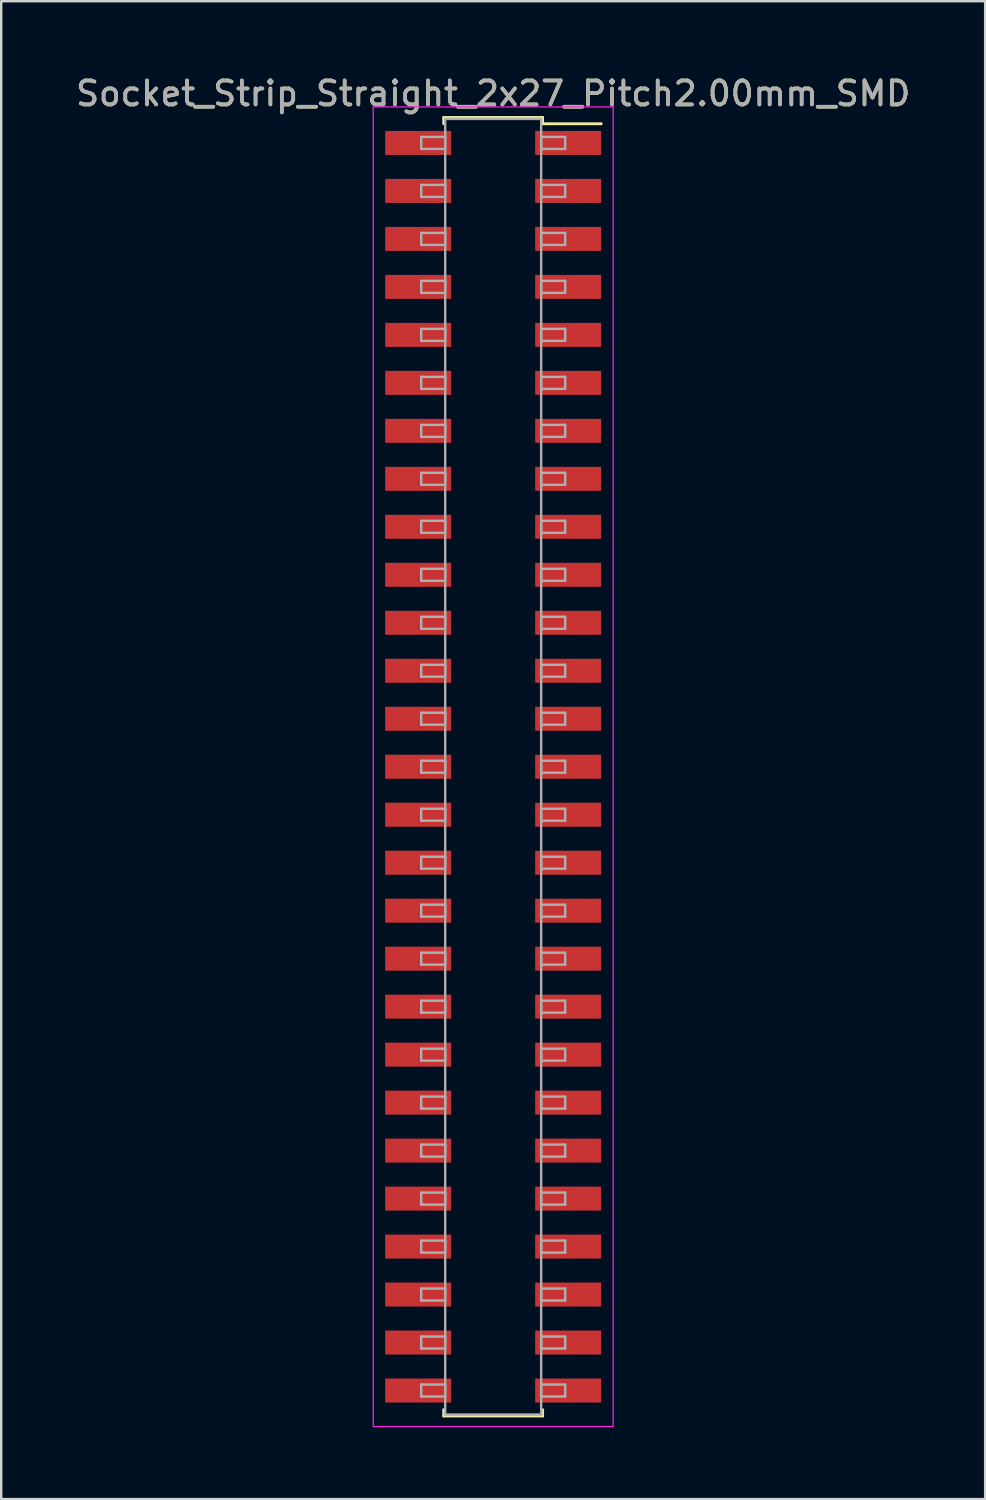
<source format=kicad_pcb>
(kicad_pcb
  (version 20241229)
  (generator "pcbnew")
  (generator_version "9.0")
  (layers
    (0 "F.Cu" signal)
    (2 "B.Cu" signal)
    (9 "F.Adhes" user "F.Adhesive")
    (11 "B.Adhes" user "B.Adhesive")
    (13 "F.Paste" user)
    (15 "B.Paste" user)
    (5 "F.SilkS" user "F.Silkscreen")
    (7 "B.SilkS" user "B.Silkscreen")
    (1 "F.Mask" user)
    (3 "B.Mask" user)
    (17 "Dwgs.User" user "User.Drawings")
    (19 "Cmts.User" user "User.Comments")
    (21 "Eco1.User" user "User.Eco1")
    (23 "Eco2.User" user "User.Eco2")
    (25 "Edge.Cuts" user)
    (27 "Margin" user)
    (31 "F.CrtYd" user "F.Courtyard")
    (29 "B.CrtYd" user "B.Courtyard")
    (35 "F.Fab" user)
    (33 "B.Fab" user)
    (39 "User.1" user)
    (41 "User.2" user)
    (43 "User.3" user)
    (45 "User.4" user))
  (footprint "Socket_Strip_Straight_2x27_Pitch2.00mm_SMD"
    (layer "F.Cu")
    (at 17.506 28.908)
    (property "Reference" "Socket_Strip_Straight_2x27_Pitch2.00mm_SMD" (at 0 -28.06 0) (layer "F.SilkS") (effects (font (size 1 1) (thickness 0.15))))
    (attr smd)
    (fp_line (start -2.06 -27.06) (end 2.06 -27.06) (stroke (width 0.12) (type solid)) (layer "F.SilkS"))
    (fp_line (start -2.06 -26.8) (end -2.06 -27.06) (stroke (width 0.12) (type solid)) (layer "F.SilkS"))
    (fp_line (start -2.06 26.8) (end -2.06 27.06) (stroke (width 0.12) (type solid)) (layer "F.SilkS"))
    (fp_line (start -2.06 27.06) (end 2.06 27.06) (stroke (width 0.12) (type solid)) (layer "F.SilkS"))
    (fp_line (start 2.06 -27.06) (end 2.06 -26.8) (stroke (width 0.12) (type solid)) (layer "F.SilkS"))
    (fp_line (start 2.06 27.06) (end 2.06 26.8) (stroke (width 0.12) (type solid)) (layer "F.SilkS"))
    (fp_line (start 4.5 -26.8) (end 2.06 -26.8) (stroke (width 0.12) (type solid)) (layer "F.SilkS"))
    (fp_line (start -5 -27.5) (end -5 27.5) (stroke (width 0.05) (type solid)) (layer "F.CrtYd"))
    (fp_line (start -5 27.5) (end 5 27.5) (stroke (width 0.05) (type solid)) (layer "F.CrtYd"))
    (fp_line (start 5 -27.5) (end -5 -27.5) (stroke (width 0.05) (type solid)) (layer "F.CrtYd"))
    (fp_line (start 5 27.5) (end 5 -27.5) (stroke (width 0.05) (type solid)) (layer "F.CrtYd"))
    (fp_line (start -3 -26.25) (end -2 -26.25) (stroke (width 0.1) (type solid)) (layer "F.Fab"))
    (fp_line (start -3 -25.75) (end -3 -26.25) (stroke (width 0.1) (type solid)) (layer "F.Fab"))
    (fp_line (start -3 -24.25) (end -2 -24.25) (stroke (width 0.1) (type solid)) (layer "F.Fab"))
    (fp_line (start -3 -23.75) (end -3 -24.25) (stroke (width 0.1) (type solid)) (layer "F.Fab"))
    (fp_line (start -3 -22.25) (end -2 -22.25) (stroke (width 0.1) (type solid)) (layer "F.Fab"))
    (fp_line (start -3 -21.75) (end -3 -22.25) (stroke (width 0.1) (type solid)) (layer "F.Fab"))
    (fp_line (start -3 -20.25) (end -2 -20.25) (stroke (width 0.1) (type solid)) (layer "F.Fab"))
    (fp_line (start -3 -19.75) (end -3 -20.25) (stroke (width 0.1) (type solid)) (layer "F.Fab"))
    (fp_line (start -3 -18.25) (end -2 -18.25) (stroke (width 0.1) (type solid)) (layer "F.Fab"))
    (fp_line (start -3 -17.75) (end -3 -18.25) (stroke (width 0.1) (type solid)) (layer "F.Fab"))
    (fp_line (start -3 -16.25) (end -2 -16.25) (stroke (width 0.1) (type solid)) (layer "F.Fab"))
    (fp_line (start -3 -15.75) (end -3 -16.25) (stroke (width 0.1) (type solid)) (layer "F.Fab"))
    (fp_line (start -3 -14.25) (end -2 -14.25) (stroke (width 0.1) (type solid)) (layer "F.Fab"))
    (fp_line (start -3 -13.75) (end -3 -14.25) (stroke (width 0.1) (type solid)) (layer "F.Fab"))
    (fp_line (start -3 -12.25) (end -2 -12.25) (stroke (width 0.1) (type solid)) (layer "F.Fab"))
    (fp_line (start -3 -11.75) (end -3 -12.25) (stroke (width 0.1) (type solid)) (layer "F.Fab"))
    (fp_line (start -3 -10.25) (end -2 -10.25) (stroke (width 0.1) (type solid)) (layer "F.Fab"))
    (fp_line (start -3 -9.75) (end -3 -10.25) (stroke (width 0.1) (type solid)) (layer "F.Fab"))
    (fp_line (start -3 -8.25) (end -2 -8.25) (stroke (width 0.1) (type solid)) (layer "F.Fab"))
    (fp_line (start -3 -7.75) (end -3 -8.25) (stroke (width 0.1) (type solid)) (layer "F.Fab"))
    (fp_line (start -3 -6.25) (end -2 -6.25) (stroke (width 0.1) (type solid)) (layer "F.Fab"))
    (fp_line (start -3 -5.75) (end -3 -6.25) (stroke (width 0.1) (type solid)) (layer "F.Fab"))
    (fp_line (start -3 -4.25) (end -2 -4.25) (stroke (width 0.1) (type solid)) (layer "F.Fab"))
    (fp_line (start -3 -3.75) (end -3 -4.25) (stroke (width 0.1) (type solid)) (layer "F.Fab"))
    (fp_line (start -3 -2.25) (end -2 -2.25) (stroke (width 0.1) (type solid)) (layer "F.Fab"))
    (fp_line (start -3 -1.75) (end -3 -2.25) (stroke (width 0.1) (type solid)) (layer "F.Fab"))
    (fp_line (start -3 -0.25) (end -2 -0.25) (stroke (width 0.1) (type solid)) (layer "F.Fab"))
    (fp_line (start -3 0.25) (end -3 -0.25) (stroke (width 0.1) (type solid)) (layer "F.Fab"))
    (fp_line (start -3 1.75) (end -2 1.75) (stroke (width 0.1) (type solid)) (layer "F.Fab"))
    (fp_line (start -3 2.25) (end -3 1.75) (stroke (width 0.1) (type solid)) (layer "F.Fab"))
    (fp_line (start -3 3.75) (end -2 3.75) (stroke (width 0.1) (type solid)) (layer "F.Fab"))
    (fp_line (start -3 4.25) (end -3 3.75) (stroke (width 0.1) (type solid)) (layer "F.Fab"))
    (fp_line (start -3 5.75) (end -2 5.75) (stroke (width 0.1) (type solid)) (layer "F.Fab"))
    (fp_line (start -3 6.25) (end -3 5.75) (stroke (width 0.1) (type solid)) (layer "F.Fab"))
    (fp_line (start -3 7.75) (end -2 7.75) (stroke (width 0.1) (type solid)) (layer "F.Fab"))
    (fp_line (start -3 8.25) (end -3 7.75) (stroke (width 0.1) (type solid)) (layer "F.Fab"))
    (fp_line (start -3 9.75) (end -2 9.75) (stroke (width 0.1) (type solid)) (layer "F.Fab"))
    (fp_line (start -3 10.25) (end -3 9.75) (stroke (width 0.1) (type solid)) (layer "F.Fab"))
    (fp_line (start -3 11.75) (end -2 11.75) (stroke (width 0.1) (type solid)) (layer "F.Fab"))
    (fp_line (start -3 12.25) (end -3 11.75) (stroke (width 0.1) (type solid)) (layer "F.Fab"))
    (fp_line (start -3 13.75) (end -2 13.75) (stroke (width 0.1) (type solid)) (layer "F.Fab"))
    (fp_line (start -3 14.25) (end -3 13.75) (stroke (width 0.1) (type solid)) (layer "F.Fab"))
    (fp_line (start -3 15.75) (end -2 15.75) (stroke (width 0.1) (type solid)) (layer "F.Fab"))
    (fp_line (start -3 16.25) (end -3 15.75) (stroke (width 0.1) (type solid)) (layer "F.Fab"))
    (fp_line (start -3 17.75) (end -2 17.75) (stroke (width 0.1) (type solid)) (layer "F.Fab"))
    (fp_line (start -3 18.25) (end -3 17.75) (stroke (width 0.1) (type solid)) (layer "F.Fab"))
    (fp_line (start -3 19.75) (end -2 19.75) (stroke (width 0.1) (type solid)) (layer "F.Fab"))
    (fp_line (start -3 20.25) (end -3 19.75) (stroke (width 0.1) (type solid)) (layer "F.Fab"))
    (fp_line (start -3 21.75) (end -2 21.75) (stroke (width 0.1) (type solid)) (layer "F.Fab"))
    (fp_line (start -3 22.25) (end -3 21.75) (stroke (width 0.1) (type solid)) (layer "F.Fab"))
    (fp_line (start -3 23.75) (end -2 23.75) (stroke (width 0.1) (type solid)) (layer "F.Fab"))
    (fp_line (start -3 24.25) (end -3 23.75) (stroke (width 0.1) (type solid)) (layer "F.Fab"))
    (fp_line (start -3 25.75) (end -2 25.75) (stroke (width 0.1) (type solid)) (layer "F.Fab"))
    (fp_line (start -3 26.25) (end -3 25.75) (stroke (width 0.1) (type solid)) (layer "F.Fab"))
    (fp_line (start -2 -27) (end -2 27) (stroke (width 0.1) (type solid)) (layer "F.Fab"))
    (fp_line (start -2 -26.25) (end -2 -25.75) (stroke (width 0.1) (type solid)) (layer "F.Fab"))
    (fp_line (start -2 -25.75) (end -3 -25.75) (stroke (width 0.1) (type solid)) (layer "F.Fab"))
    (fp_line (start -2 -24.25) (end -2 -23.75) (stroke (width 0.1) (type solid)) (layer "F.Fab"))
    (fp_line (start -2 -23.75) (end -3 -23.75) (stroke (width 0.1) (type solid)) (layer "F.Fab"))
    (fp_line (start -2 -22.25) (end -2 -21.75) (stroke (width 0.1) (type solid)) (layer "F.Fab"))
    (fp_line (start -2 -21.75) (end -3 -21.75) (stroke (width 0.1) (type solid)) (layer "F.Fab"))
    (fp_line (start -2 -20.25) (end -2 -19.75) (stroke (width 0.1) (type solid)) (layer "F.Fab"))
    (fp_line (start -2 -19.75) (end -3 -19.75) (stroke (width 0.1) (type solid)) (layer "F.Fab"))
    (fp_line (start -2 -18.25) (end -2 -17.75) (stroke (width 0.1) (type solid)) (layer "F.Fab"))
    (fp_line (start -2 -17.75) (end -3 -17.75) (stroke (width 0.1) (type solid)) (layer "F.Fab"))
    (fp_line (start -2 -16.25) (end -2 -15.75) (stroke (width 0.1) (type solid)) (layer "F.Fab"))
    (fp_line (start -2 -15.75) (end -3 -15.75) (stroke (width 0.1) (type solid)) (layer "F.Fab"))
    (fp_line (start -2 -14.25) (end -2 -13.75) (stroke (width 0.1) (type solid)) (layer "F.Fab"))
    (fp_line (start -2 -13.75) (end -3 -13.75) (stroke (width 0.1) (type solid)) (layer "F.Fab"))
    (fp_line (start -2 -12.25) (end -2 -11.75) (stroke (width 0.1) (type solid)) (layer "F.Fab"))
    (fp_line (start -2 -11.75) (end -3 -11.75) (stroke (width 0.1) (type solid)) (layer "F.Fab"))
    (fp_line (start -2 -10.25) (end -2 -9.75) (stroke (width 0.1) (type solid)) (layer "F.Fab"))
    (fp_line (start -2 -9.75) (end -3 -9.75) (stroke (width 0.1) (type solid)) (layer "F.Fab"))
    (fp_line (start -2 -8.25) (end -2 -7.75) (stroke (width 0.1) (type solid)) (layer "F.Fab"))
    (fp_line (start -2 -7.75) (end -3 -7.75) (stroke (width 0.1) (type solid)) (layer "F.Fab"))
    (fp_line (start -2 -6.25) (end -2 -5.75) (stroke (width 0.1) (type solid)) (layer "F.Fab"))
    (fp_line (start -2 -5.75) (end -3 -5.75) (stroke (width 0.1) (type solid)) (layer "F.Fab"))
    (fp_line (start -2 -4.25) (end -2 -3.75) (stroke (width 0.1) (type solid)) (layer "F.Fab"))
    (fp_line (start -2 -3.75) (end -3 -3.75) (stroke (width 0.1) (type solid)) (layer "F.Fab"))
    (fp_line (start -2 -2.25) (end -2 -1.75) (stroke (width 0.1) (type solid)) (layer "F.Fab"))
    (fp_line (start -2 -1.75) (end -3 -1.75) (stroke (width 0.1) (type solid)) (layer "F.Fab"))
    (fp_line (start -2 -0.25) (end -2 0.25) (stroke (width 0.1) (type solid)) (layer "F.Fab"))
    (fp_line (start -2 0.25) (end -3 0.25) (stroke (width 0.1) (type solid)) (layer "F.Fab"))
    (fp_line (start -2 1.75) (end -2 2.25) (stroke (width 0.1) (type solid)) (layer "F.Fab"))
    (fp_line (start -2 2.25) (end -3 2.25) (stroke (width 0.1) (type solid)) (layer "F.Fab"))
    (fp_line (start -2 3.75) (end -2 4.25) (stroke (width 0.1) (type solid)) (layer "F.Fab"))
    (fp_line (start -2 4.25) (end -3 4.25) (stroke (width 0.1) (type solid)) (layer "F.Fab"))
    (fp_line (start -2 5.75) (end -2 6.25) (stroke (width 0.1) (type solid)) (layer "F.Fab"))
    (fp_line (start -2 6.25) (end -3 6.25) (stroke (width 0.1) (type solid)) (layer "F.Fab"))
    (fp_line (start -2 7.75) (end -2 8.25) (stroke (width 0.1) (type solid)) (layer "F.Fab"))
    (fp_line (start -2 8.25) (end -3 8.25) (stroke (width 0.1) (type solid)) (layer "F.Fab"))
    (fp_line (start -2 9.75) (end -2 10.25) (stroke (width 0.1) (type solid)) (layer "F.Fab"))
    (fp_line (start -2 10.25) (end -3 10.25) (stroke (width 0.1) (type solid)) (layer "F.Fab"))
    (fp_line (start -2 11.75) (end -2 12.25) (stroke (width 0.1) (type solid)) (layer "F.Fab"))
    (fp_line (start -2 12.25) (end -3 12.25) (stroke (width 0.1) (type solid)) (layer "F.Fab"))
    (fp_line (start -2 13.75) (end -2 14.25) (stroke (width 0.1) (type solid)) (layer "F.Fab"))
    (fp_line (start -2 14.25) (end -3 14.25) (stroke (width 0.1) (type solid)) (layer "F.Fab"))
    (fp_line (start -2 15.75) (end -2 16.25) (stroke (width 0.1) (type solid)) (layer "F.Fab"))
    (fp_line (start -2 16.25) (end -3 16.25) (stroke (width 0.1) (type solid)) (layer "F.Fab"))
    (fp_line (start -2 17.75) (end -2 18.25) (stroke (width 0.1) (type solid)) (layer "F.Fab"))
    (fp_line (start -2 18.25) (end -3 18.25) (stroke (width 0.1) (type solid)) (layer "F.Fab"))
    (fp_line (start -2 19.75) (end -2 20.25) (stroke (width 0.1) (type solid)) (layer "F.Fab"))
    (fp_line (start -2 20.25) (end -3 20.25) (stroke (width 0.1) (type solid)) (layer "F.Fab"))
    (fp_line (start -2 21.75) (end -2 22.25) (stroke (width 0.1) (type solid)) (layer "F.Fab"))
    (fp_line (start -2 22.25) (end -3 22.25) (stroke (width 0.1) (type solid)) (layer "F.Fab"))
    (fp_line (start -2 23.75) (end -2 24.25) (stroke (width 0.1) (type solid)) (layer "F.Fab"))
    (fp_line (start -2 24.25) (end -3 24.25) (stroke (width 0.1) (type solid)) (layer "F.Fab"))
    (fp_line (start -2 25.75) (end -2 26.25) (stroke (width 0.1) (type solid)) (layer "F.Fab"))
    (fp_line (start -2 26.25) (end -3 26.25) (stroke (width 0.1) (type solid)) (layer "F.Fab"))
    (fp_line (start -2 27) (end 2 27) (stroke (width 0.1) (type solid)) (layer "F.Fab"))
    (fp_line (start 2 -27) (end -2 -27) (stroke (width 0.1) (type solid)) (layer "F.Fab"))
    (fp_line (start 2 -26.25) (end 2 -25.75) (stroke (width 0.1) (type solid)) (layer "F.Fab"))
    (fp_line (start 2 -25.75) (end 3 -25.75) (stroke (width 0.1) (type solid)) (layer "F.Fab"))
    (fp_line (start 2 -24.25) (end 2 -23.75) (stroke (width 0.1) (type solid)) (layer "F.Fab"))
    (fp_line (start 2 -23.75) (end 3 -23.75) (stroke (width 0.1) (type solid)) (layer "F.Fab"))
    (fp_line (start 2 -22.25) (end 2 -21.75) (stroke (width 0.1) (type solid)) (layer "F.Fab"))
    (fp_line (start 2 -21.75) (end 3 -21.75) (stroke (width 0.1) (type solid)) (layer "F.Fab"))
    (fp_line (start 2 -20.25) (end 2 -19.75) (stroke (width 0.1) (type solid)) (layer "F.Fab"))
    (fp_line (start 2 -19.75) (end 3 -19.75) (stroke (width 0.1) (type solid)) (layer "F.Fab"))
    (fp_line (start 2 -18.25) (end 2 -17.75) (stroke (width 0.1) (type solid)) (layer "F.Fab"))
    (fp_line (start 2 -17.75) (end 3 -17.75) (stroke (width 0.1) (type solid)) (layer "F.Fab"))
    (fp_line (start 2 -16.25) (end 2 -15.75) (stroke (width 0.1) (type solid)) (layer "F.Fab"))
    (fp_line (start 2 -15.75) (end 3 -15.75) (stroke (width 0.1) (type solid)) (layer "F.Fab"))
    (fp_line (start 2 -14.25) (end 2 -13.75) (stroke (width 0.1) (type solid)) (layer "F.Fab"))
    (fp_line (start 2 -13.75) (end 3 -13.75) (stroke (width 0.1) (type solid)) (layer "F.Fab"))
    (fp_line (start 2 -12.25) (end 2 -11.75) (stroke (width 0.1) (type solid)) (layer "F.Fab"))
    (fp_line (start 2 -11.75) (end 3 -11.75) (stroke (width 0.1) (type solid)) (layer "F.Fab"))
    (fp_line (start 2 -10.25) (end 2 -9.75) (stroke (width 0.1) (type solid)) (layer "F.Fab"))
    (fp_line (start 2 -9.75) (end 3 -9.75) (stroke (width 0.1) (type solid)) (layer "F.Fab"))
    (fp_line (start 2 -8.25) (end 2 -7.75) (stroke (width 0.1) (type solid)) (layer "F.Fab"))
    (fp_line (start 2 -7.75) (end 3 -7.75) (stroke (width 0.1) (type solid)) (layer "F.Fab"))
    (fp_line (start 2 -6.25) (end 2 -5.75) (stroke (width 0.1) (type solid)) (layer "F.Fab"))
    (fp_line (start 2 -5.75) (end 3 -5.75) (stroke (width 0.1) (type solid)) (layer "F.Fab"))
    (fp_line (start 2 -4.25) (end 2 -3.75) (stroke (width 0.1) (type solid)) (layer "F.Fab"))
    (fp_line (start 2 -3.75) (end 3 -3.75) (stroke (width 0.1) (type solid)) (layer "F.Fab"))
    (fp_line (start 2 -2.25) (end 2 -1.75) (stroke (width 0.1) (type solid)) (layer "F.Fab"))
    (fp_line (start 2 -1.75) (end 3 -1.75) (stroke (width 0.1) (type solid)) (layer "F.Fab"))
    (fp_line (start 2 -0.25) (end 2 0.25) (stroke (width 0.1) (type solid)) (layer "F.Fab"))
    (fp_line (start 2 0.25) (end 3 0.25) (stroke (width 0.1) (type solid)) (layer "F.Fab"))
    (fp_line (start 2 1.75) (end 2 2.25) (stroke (width 0.1) (type solid)) (layer "F.Fab"))
    (fp_line (start 2 2.25) (end 3 2.25) (stroke (width 0.1) (type solid)) (layer "F.Fab"))
    (fp_line (start 2 3.75) (end 2 4.25) (stroke (width 0.1) (type solid)) (layer "F.Fab"))
    (fp_line (start 2 4.25) (end 3 4.25) (stroke (width 0.1) (type solid)) (layer "F.Fab"))
    (fp_line (start 2 5.75) (end 2 6.25) (stroke (width 0.1) (type solid)) (layer "F.Fab"))
    (fp_line (start 2 6.25) (end 3 6.25) (stroke (width 0.1) (type solid)) (layer "F.Fab"))
    (fp_line (start 2 7.75) (end 2 8.25) (stroke (width 0.1) (type solid)) (layer "F.Fab"))
    (fp_line (start 2 8.25) (end 3 8.25) (stroke (width 0.1) (type solid)) (layer "F.Fab"))
    (fp_line (start 2 9.75) (end 2 10.25) (stroke (width 0.1) (type solid)) (layer "F.Fab"))
    (fp_line (start 2 10.25) (end 3 10.25) (stroke (width 0.1) (type solid)) (layer "F.Fab"))
    (fp_line (start 2 11.75) (end 2 12.25) (stroke (width 0.1) (type solid)) (layer "F.Fab"))
    (fp_line (start 2 12.25) (end 3 12.25) (stroke (width 0.1) (type solid)) (layer "F.Fab"))
    (fp_line (start 2 13.75) (end 2 14.25) (stroke (width 0.1) (type solid)) (layer "F.Fab"))
    (fp_line (start 2 14.25) (end 3 14.25) (stroke (width 0.1) (type solid)) (layer "F.Fab"))
    (fp_line (start 2 15.75) (end 2 16.25) (stroke (width 0.1) (type solid)) (layer "F.Fab"))
    (fp_line (start 2 16.25) (end 3 16.25) (stroke (width 0.1) (type solid)) (layer "F.Fab"))
    (fp_line (start 2 17.75) (end 2 18.25) (stroke (width 0.1) (type solid)) (layer "F.Fab"))
    (fp_line (start 2 18.25) (end 3 18.25) (stroke (width 0.1) (type solid)) (layer "F.Fab"))
    (fp_line (start 2 19.75) (end 2 20.25) (stroke (width 0.1) (type solid)) (layer "F.Fab"))
    (fp_line (start 2 20.25) (end 3 20.25) (stroke (width 0.1) (type solid)) (layer "F.Fab"))
    (fp_line (start 2 21.75) (end 2 22.25) (stroke (width 0.1) (type solid)) (layer "F.Fab"))
    (fp_line (start 2 22.25) (end 3 22.25) (stroke (width 0.1) (type solid)) (layer "F.Fab"))
    (fp_line (start 2 23.75) (end 2 24.25) (stroke (width 0.1) (type solid)) (layer "F.Fab"))
    (fp_line (start 2 24.25) (end 3 24.25) (stroke (width 0.1) (type solid)) (layer "F.Fab"))
    (fp_line (start 2 25.75) (end 2 26.25) (stroke (width 0.1) (type solid)) (layer "F.Fab"))
    (fp_line (start 2 26.25) (end 3 26.25) (stroke (width 0.1) (type solid)) (layer "F.Fab"))
    (fp_line (start 2 27) (end 2 -27) (stroke (width 0.1) (type solid)) (layer "F.Fab"))
    (fp_line (start 3 -26.25) (end 2 -26.25) (stroke (width 0.1) (type solid)) (layer "F.Fab"))
    (fp_line (start 3 -25.75) (end 3 -26.25) (stroke (width 0.1) (type solid)) (layer "F.Fab"))
    (fp_line (start 3 -24.25) (end 2 -24.25) (stroke (width 0.1) (type solid)) (layer "F.Fab"))
    (fp_line (start 3 -23.75) (end 3 -24.25) (stroke (width 0.1) (type solid)) (layer "F.Fab"))
    (fp_line (start 3 -22.25) (end 2 -22.25) (stroke (width 0.1) (type solid)) (layer "F.Fab"))
    (fp_line (start 3 -21.75) (end 3 -22.25) (stroke (width 0.1) (type solid)) (layer "F.Fab"))
    (fp_line (start 3 -20.25) (end 2 -20.25) (stroke (width 0.1) (type solid)) (layer "F.Fab"))
    (fp_line (start 3 -19.75) (end 3 -20.25) (stroke (width 0.1) (type solid)) (layer "F.Fab"))
    (fp_line (start 3 -18.25) (end 2 -18.25) (stroke (width 0.1) (type solid)) (layer "F.Fab"))
    (fp_line (start 3 -17.75) (end 3 -18.25) (stroke (width 0.1) (type solid)) (layer "F.Fab"))
    (fp_line (start 3 -16.25) (end 2 -16.25) (stroke (width 0.1) (type solid)) (layer "F.Fab"))
    (fp_line (start 3 -15.75) (end 3 -16.25) (stroke (width 0.1) (type solid)) (layer "F.Fab"))
    (fp_line (start 3 -14.25) (end 2 -14.25) (stroke (width 0.1) (type solid)) (layer "F.Fab"))
    (fp_line (start 3 -13.75) (end 3 -14.25) (stroke (width 0.1) (type solid)) (layer "F.Fab"))
    (fp_line (start 3 -12.25) (end 2 -12.25) (stroke (width 0.1) (type solid)) (layer "F.Fab"))
    (fp_line (start 3 -11.75) (end 3 -12.25) (stroke (width 0.1) (type solid)) (layer "F.Fab"))
    (fp_line (start 3 -10.25) (end 2 -10.25) (stroke (width 0.1) (type solid)) (layer "F.Fab"))
    (fp_line (start 3 -9.75) (end 3 -10.25) (stroke (width 0.1) (type solid)) (layer "F.Fab"))
    (fp_line (start 3 -8.25) (end 2 -8.25) (stroke (width 0.1) (type solid)) (layer "F.Fab"))
    (fp_line (start 3 -7.75) (end 3 -8.25) (stroke (width 0.1) (type solid)) (layer "F.Fab"))
    (fp_line (start 3 -6.25) (end 2 -6.25) (stroke (width 0.1) (type solid)) (layer "F.Fab"))
    (fp_line (start 3 -5.75) (end 3 -6.25) (stroke (width 0.1) (type solid)) (layer "F.Fab"))
    (fp_line (start 3 -4.25) (end 2 -4.25) (stroke (width 0.1) (type solid)) (layer "F.Fab"))
    (fp_line (start 3 -3.75) (end 3 -4.25) (stroke (width 0.1) (type solid)) (layer "F.Fab"))
    (fp_line (start 3 -2.25) (end 2 -2.25) (stroke (width 0.1) (type solid)) (layer "F.Fab"))
    (fp_line (start 3 -1.75) (end 3 -2.25) (stroke (width 0.1) (type solid)) (layer "F.Fab"))
    (fp_line (start 3 -0.25) (end 2 -0.25) (stroke (width 0.1) (type solid)) (layer "F.Fab"))
    (fp_line (start 3 0.25) (end 3 -0.25) (stroke (width 0.1) (type solid)) (layer "F.Fab"))
    (fp_line (start 3 1.75) (end 2 1.75) (stroke (width 0.1) (type solid)) (layer "F.Fab"))
    (fp_line (start 3 2.25) (end 3 1.75) (stroke (width 0.1) (type solid)) (layer "F.Fab"))
    (fp_line (start 3 3.75) (end 2 3.75) (stroke (width 0.1) (type solid)) (layer "F.Fab"))
    (fp_line (start 3 4.25) (end 3 3.75) (stroke (width 0.1) (type solid)) (layer "F.Fab"))
    (fp_line (start 3 5.75) (end 2 5.75) (stroke (width 0.1) (type solid)) (layer "F.Fab"))
    (fp_line (start 3 6.25) (end 3 5.75) (stroke (width 0.1) (type solid)) (layer "F.Fab"))
    (fp_line (start 3 7.75) (end 2 7.75) (stroke (width 0.1) (type solid)) (layer "F.Fab"))
    (fp_line (start 3 8.25) (end 3 7.75) (stroke (width 0.1) (type solid)) (layer "F.Fab"))
    (fp_line (start 3 9.75) (end 2 9.75) (stroke (width 0.1) (type solid)) (layer "F.Fab"))
    (fp_line (start 3 10.25) (end 3 9.75) (stroke (width 0.1) (type solid)) (layer "F.Fab"))
    (fp_line (start 3 11.75) (end 2 11.75) (stroke (width 0.1) (type solid)) (layer "F.Fab"))
    (fp_line (start 3 12.25) (end 3 11.75) (stroke (width 0.1) (type solid)) (layer "F.Fab"))
    (fp_line (start 3 13.75) (end 2 13.75) (stroke (width 0.1) (type solid)) (layer "F.Fab"))
    (fp_line (start 3 14.25) (end 3 13.75) (stroke (width 0.1) (type solid)) (layer "F.Fab"))
    (fp_line (start 3 15.75) (end 2 15.75) (stroke (width 0.1) (type solid)) (layer "F.Fab"))
    (fp_line (start 3 16.25) (end 3 15.75) (stroke (width 0.1) (type solid)) (layer "F.Fab"))
    (fp_line (start 3 17.75) (end 2 17.75) (stroke (width 0.1) (type solid)) (layer "F.Fab"))
    (fp_line (start 3 18.25) (end 3 17.75) (stroke (width 0.1) (type solid)) (layer "F.Fab"))
    (fp_line (start 3 19.75) (end 2 19.75) (stroke (width 0.1) (type solid)) (layer "F.Fab"))
    (fp_line (start 3 20.25) (end 3 19.75) (stroke (width 0.1) (type solid)) (layer "F.Fab"))
    (fp_line (start 3 21.75) (end 2 21.75) (stroke (width 0.1) (type solid)) (layer "F.Fab"))
    (fp_line (start 3 22.25) (end 3 21.75) (stroke (width 0.1) (type solid)) (layer "F.Fab"))
    (fp_line (start 3 23.75) (end 2 23.75) (stroke (width 0.1) (type solid)) (layer "F.Fab"))
    (fp_line (start 3 24.25) (end 3 23.75) (stroke (width 0.1) (type solid)) (layer "F.Fab"))
    (fp_line (start 3 25.75) (end 2 25.75) (stroke (width 0.1) (type solid)) (layer "F.Fab"))
    (fp_line (start 3 26.25) (end 3 25.75) (stroke (width 0.1) (type solid)) (layer "F.Fab"))
    (fp_text user "${REFERENCE}" (at 0 -28.06 0) (layer "F.Fab") (effects (font (size 1 1) (thickness 0.15))))
    (pad "1" smd rect (at 3.125 -26) (size 2.75 1) (layers "F.Cu" "F.Mask" "F.Paste"))
    (pad "2" smd rect (at -3.125 -26) (size 2.75 1) (layers "F.Cu" "F.Mask" "F.Paste"))
    (pad "3" smd rect (at 3.125 -24) (size 2.75 1) (layers "F.Cu" "F.Mask" "F.Paste"))
    (pad "4" smd rect (at -3.125 -24) (size 2.75 1) (layers "F.Cu" "F.Mask" "F.Paste"))
    (pad "5" smd rect (at 3.125 -22) (size 2.75 1) (layers "F.Cu" "F.Mask" "F.Paste"))
    (pad "6" smd rect (at -3.125 -22) (size 2.75 1) (layers "F.Cu" "F.Mask" "F.Paste"))
    (pad "7" smd rect (at 3.125 -20) (size 2.75 1) (layers "F.Cu" "F.Mask" "F.Paste"))
    (pad "8" smd rect (at -3.125 -20) (size 2.75 1) (layers "F.Cu" "F.Mask" "F.Paste"))
    (pad "9" smd rect (at 3.125 -18) (size 2.75 1) (layers "F.Cu" "F.Mask" "F.Paste"))
    (pad "10" smd rect (at -3.125 -18) (size 2.75 1) (layers "F.Cu" "F.Mask" "F.Paste"))
    (pad "11" smd rect (at 3.125 -16) (size 2.75 1) (layers "F.Cu" "F.Mask" "F.Paste"))
    (pad "12" smd rect (at -3.125 -16) (size 2.75 1) (layers "F.Cu" "F.Mask" "F.Paste"))
    (pad "13" smd rect (at 3.125 -14) (size 2.75 1) (layers "F.Cu" "F.Mask" "F.Paste"))
    (pad "14" smd rect (at -3.125 -14) (size 2.75 1) (layers "F.Cu" "F.Mask" "F.Paste"))
    (pad "15" smd rect (at 3.125 -12) (size 2.75 1) (layers "F.Cu" "F.Mask" "F.Paste"))
    (pad "16" smd rect (at -3.125 -12) (size 2.75 1) (layers "F.Cu" "F.Mask" "F.Paste"))
    (pad "17" smd rect (at 3.125 -10) (size 2.75 1) (layers "F.Cu" "F.Mask" "F.Paste"))
    (pad "18" smd rect (at -3.125 -10) (size 2.75 1) (layers "F.Cu" "F.Mask" "F.Paste"))
    (pad "19" smd rect (at 3.125 -8) (size 2.75 1) (layers "F.Cu" "F.Mask" "F.Paste"))
    (pad "20" smd rect (at -3.125 -8) (size 2.75 1) (layers "F.Cu" "F.Mask" "F.Paste"))
    (pad "21" smd rect (at 3.125 -6) (size 2.75 1) (layers "F.Cu" "F.Mask" "F.Paste"))
    (pad "22" smd rect (at -3.125 -6) (size 2.75 1) (layers "F.Cu" "F.Mask" "F.Paste"))
    (pad "23" smd rect (at 3.125 -4) (size 2.75 1) (layers "F.Cu" "F.Mask" "F.Paste"))
    (pad "24" smd rect (at -3.125 -4) (size 2.75 1) (layers "F.Cu" "F.Mask" "F.Paste"))
    (pad "25" smd rect (at 3.125 -2) (size 2.75 1) (layers "F.Cu" "F.Mask" "F.Paste"))
    (pad "26" smd rect (at -3.125 -2) (size 2.75 1) (layers "F.Cu" "F.Mask" "F.Paste"))
    (pad "27" smd rect (at 3.125 0) (size 2.75 1) (layers "F.Cu" "F.Mask" "F.Paste"))
    (pad "28" smd rect (at -3.125 0) (size 2.75 1) (layers "F.Cu" "F.Mask" "F.Paste"))
    (pad "29" smd rect (at 3.125 2) (size 2.75 1) (layers "F.Cu" "F.Mask" "F.Paste"))
    (pad "30" smd rect (at -3.125 2) (size 2.75 1) (layers "F.Cu" "F.Mask" "F.Paste"))
    (pad "31" smd rect (at 3.125 4) (size 2.75 1) (layers "F.Cu" "F.Mask" "F.Paste"))
    (pad "32" smd rect (at -3.125 4) (size 2.75 1) (layers "F.Cu" "F.Mask" "F.Paste"))
    (pad "33" smd rect (at 3.125 6) (size 2.75 1) (layers "F.Cu" "F.Mask" "F.Paste"))
    (pad "34" smd rect (at -3.125 6) (size 2.75 1) (layers "F.Cu" "F.Mask" "F.Paste"))
    (pad "35" smd rect (at 3.125 8) (size 2.75 1) (layers "F.Cu" "F.Mask" "F.Paste"))
    (pad "36" smd rect (at -3.125 8) (size 2.75 1) (layers "F.Cu" "F.Mask" "F.Paste"))
    (pad "37" smd rect (at 3.125 10) (size 2.75 1) (layers "F.Cu" "F.Mask" "F.Paste"))
    (pad "38" smd rect (at -3.125 10) (size 2.75 1) (layers "F.Cu" "F.Mask" "F.Paste"))
    (pad "39" smd rect (at 3.125 12) (size 2.75 1) (layers "F.Cu" "F.Mask" "F.Paste"))
    (pad "40" smd rect (at -3.125 12) (size 2.75 1) (layers "F.Cu" "F.Mask" "F.Paste"))
    (pad "41" smd rect (at 3.125 14) (size 2.75 1) (layers "F.Cu" "F.Mask" "F.Paste"))
    (pad "42" smd rect (at -3.125 14) (size 2.75 1) (layers "F.Cu" "F.Mask" "F.Paste"))
    (pad "43" smd rect (at 3.125 16) (size 2.75 1) (layers "F.Cu" "F.Mask" "F.Paste"))
    (pad "44" smd rect (at -3.125 16) (size 2.75 1) (layers "F.Cu" "F.Mask" "F.Paste"))
    (pad "45" smd rect (at 3.125 18) (size 2.75 1) (layers "F.Cu" "F.Mask" "F.Paste"))
    (pad "46" smd rect (at -3.125 18) (size 2.75 1) (layers "F.Cu" "F.Mask" "F.Paste"))
    (pad "47" smd rect (at 3.125 20) (size 2.75 1) (layers "F.Cu" "F.Mask" "F.Paste"))
    (pad "48" smd rect (at -3.125 20) (size 2.75 1) (layers "F.Cu" "F.Mask" "F.Paste"))
    (pad "49" smd rect (at 3.125 22) (size 2.75 1) (layers "F.Cu" "F.Mask" "F.Paste"))
    (pad "50" smd rect (at -3.125 22) (size 2.75 1) (layers "F.Cu" "F.Mask" "F.Paste"))
    (pad "51" smd rect (at 3.125 24) (size 2.75 1) (layers "F.Cu" "F.Mask" "F.Paste"))
    (pad "52" smd rect (at -3.125 24) (size 2.75 1) (layers "F.Cu" "F.Mask" "F.Paste"))
    (pad "53" smd rect (at 3.125 26) (size 2.75 1) (layers "F.Cu" "F.Mask" "F.Paste"))
    (pad "54" smd rect (at -3.125 26) (size 2.75 1) (layers "F.Cu" "F.Mask" "F.Paste")))
  (gr_rect
    (start -3 -3)
    (end 38.012 59.433)
    (stroke (width 0.1) (type default))
    (fill no)
    (layer "Edge.Cuts")))
</source>
